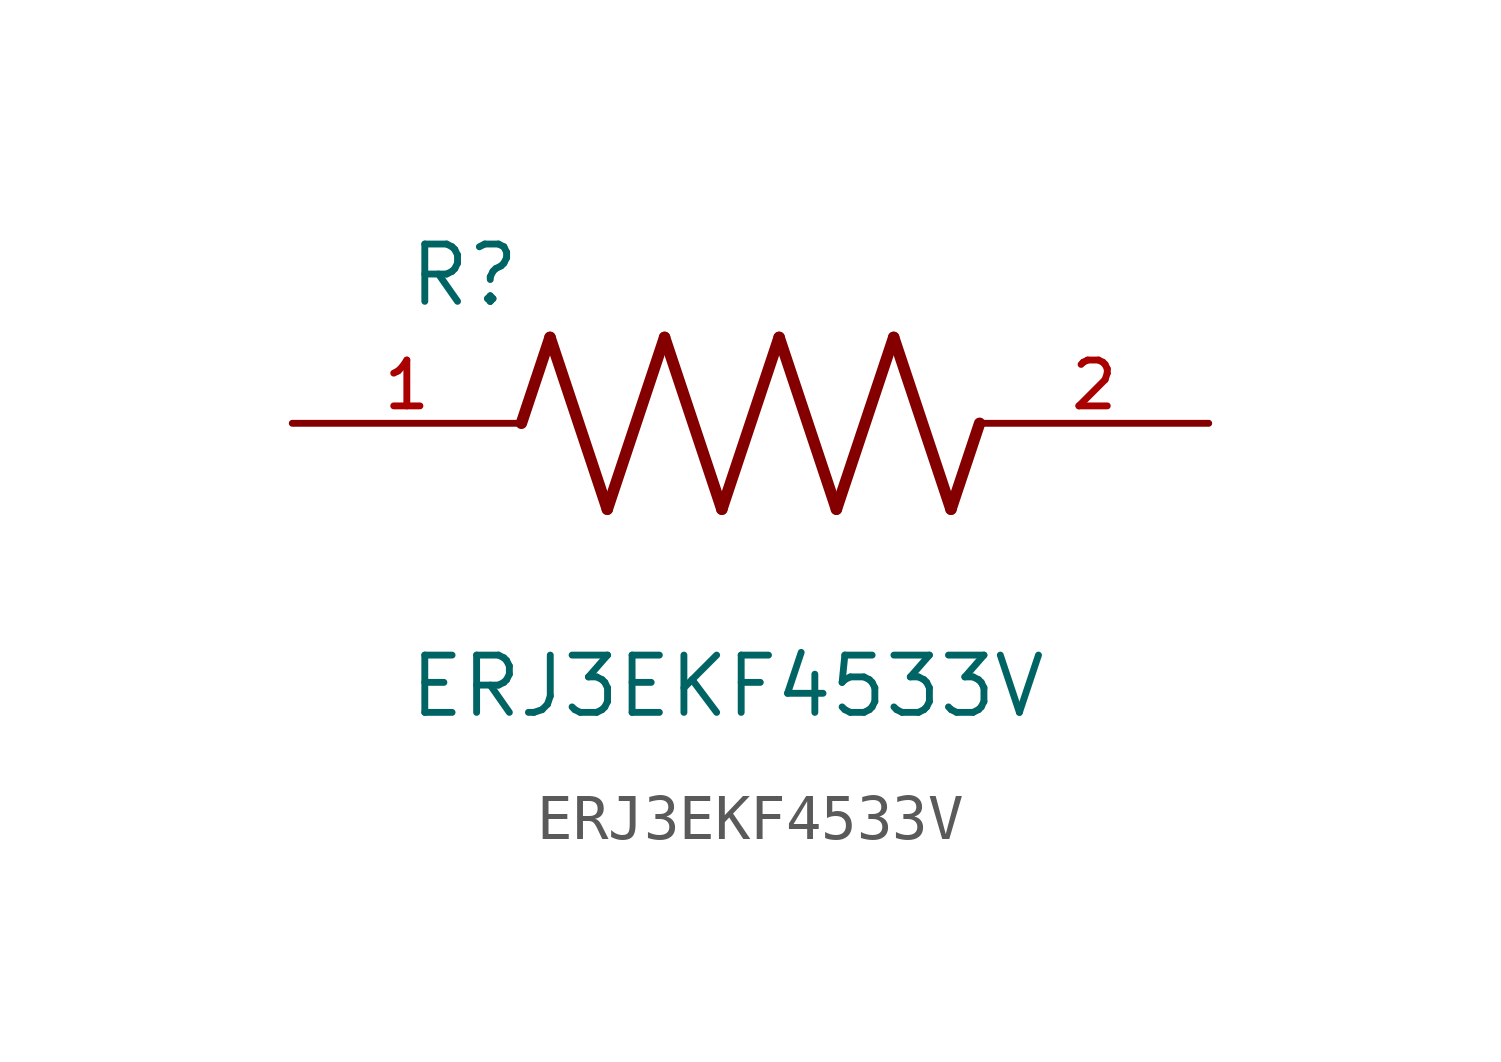
<source format=kicad_sym>
(kicad_symbol_lib
  (version 20211014)
  (generator kicad_symbol_editor)
  (symbol "ERJ3EKF4533V"
    (pin_names
      (offset 1.016))
    (property "Reference" "R"
      (at -7.624 2.541 0)
      (effects (font (size 1.27 1.27)) (justify bottom left)))
    (property "Value" "ERJ3EKF4533V"
      (at -7.624 -5.087 0)
      (effects (font (size 1.27 1.27)) (justify top left)))
    (symbol "ERJ3EKF4533V_0_0"
      (polyline (pts (xy -5.08 0.0) (xy -4.445 1.905)) (stroke (width 0.254)))
      (polyline (pts (xy -4.445 1.905) (xy -3.175 -1.905)) (stroke (width 0.254)))
      (polyline (pts (xy -3.175 -1.905) (xy -1.905 1.905)) (stroke (width 0.254)))
      (polyline (pts (xy -1.905 1.905) (xy -0.635 -1.905)) (stroke (width 0.254)))
      (polyline (pts (xy -0.635 -1.905) (xy 0.635 1.905)) (stroke (width 0.254)))
      (polyline (pts (xy 0.635 1.905) (xy 1.905 -1.905)) (stroke (width 0.254)))
      (polyline (pts (xy 1.905 -1.905) (xy 3.175 1.905)) (stroke (width 0.254)))
      (polyline (pts (xy 3.175 1.905) (xy 4.445 -1.905)) (stroke (width 0.254)))
      (polyline (pts (xy 4.445 -1.905) (xy 5.08 0.0)) (stroke (width 0.254)))
      (pin passive line (at -10.16 0.0 0) (length 5.08) (name "~" (effects (font (size 1.016 1.016)))) (number "1" (effects (font (size 1.016 1.016)))))
      (pin passive line (at 10.16 0.0 180.0) (length 5.08) (name "~" (effects (font (size 1.016 1.016)))) (number "2" (effects (font (size 1.016 1.016))))))))
</source>
